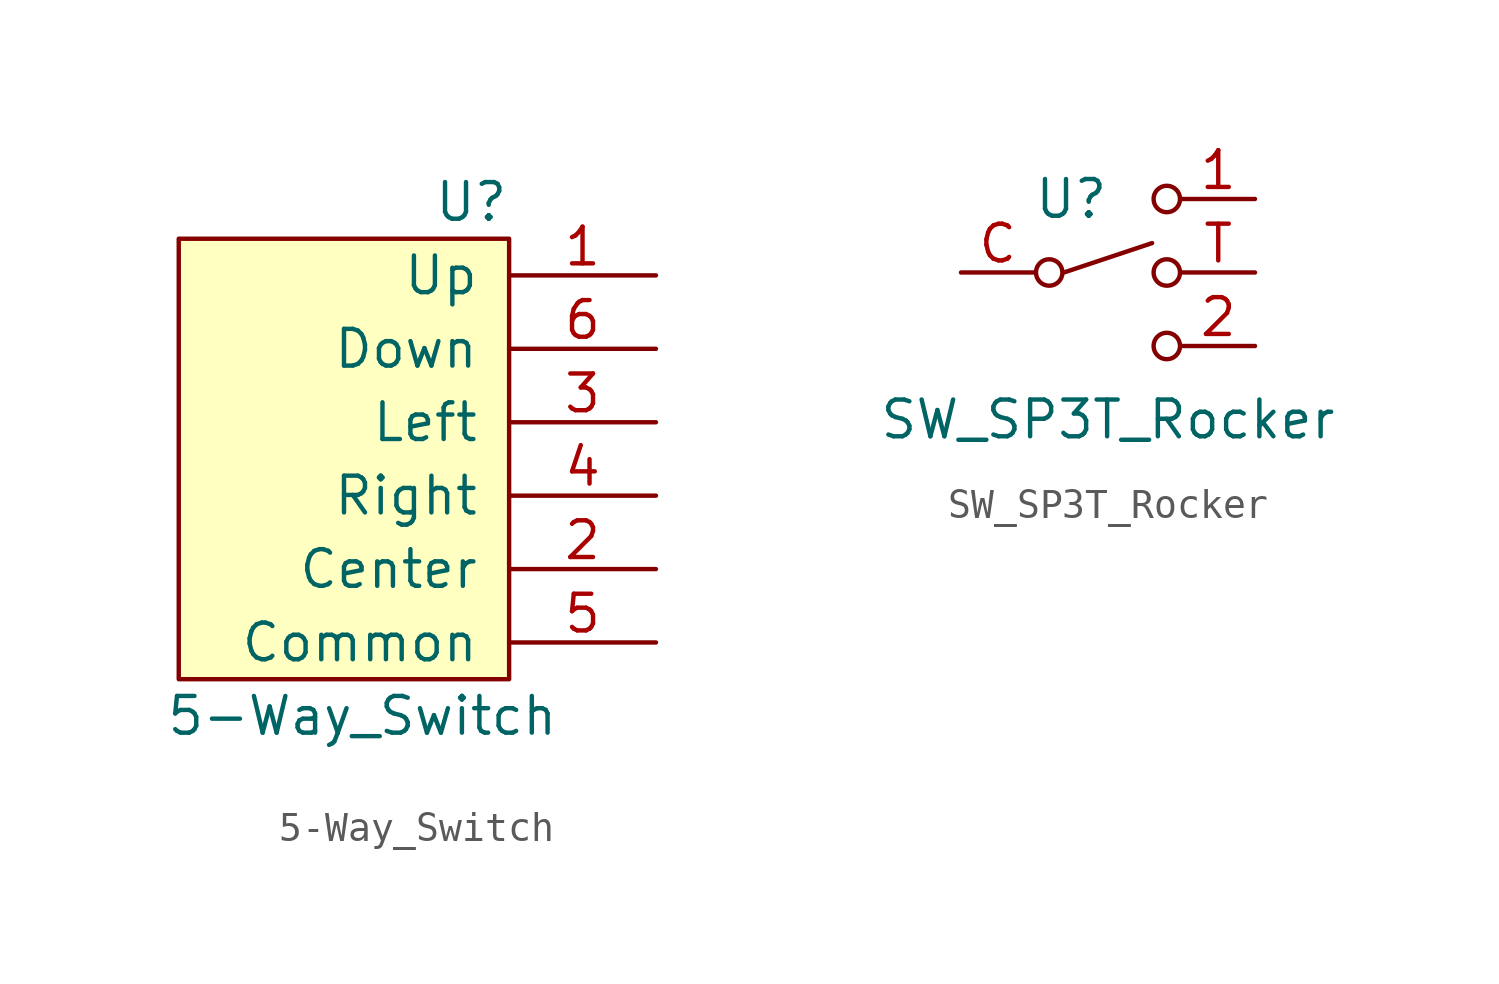
<source format=kicad_sym>
(kicad_symbol_lib
  (version 20211014)
  (generator kicad_symbol_editor)
  (symbol "5-Way_Switch"
    (pin_names
      (offset 1.016))
    (property "Reference" "U"
      (at 5.08 10.16 0)
      (effects (font (size 1.27 1.27)) (justify right)))
    (property "Value" "5-Way_Switch"
      (at 0 -7.62 0)
      (effects (font (size 1.27 1.27))))
    (symbol "5-Way_Switch_0_1"
      (rectangle (start 5.08 8.89) (end -6.35 -6.35) (stroke (width 0) (type default) (color 0 0 0 0)) (fill (type background))))
    (symbol "5-Way_Switch_1_1"
      (pin output line (at 10.16 7.62 180) (length 5.08) (name "Up" (effects (font (size 1.27 1.27)))) (number "1" (effects (font (size 1.27 1.27)))))
      (pin output line (at 10.16 -2.54 180) (length 5.08) (name "Center" (effects (font (size 1.27 1.27)))) (number "2" (effects (font (size 1.27 1.27)))))
      (pin output line (at 10.16 2.54 180) (length 5.08) (name "Left" (effects (font (size 1.27 1.27)))) (number "3" (effects (font (size 1.27 1.27)))))
      (pin output line (at 10.16 0 180) (length 5.08) (name "Right" (effects (font (size 1.27 1.27)))) (number "4" (effects (font (size 1.27 1.27)))))
      (pin input line (at 10.16 -5.08 180) (length 5.08) (name "Common" (effects (font (size 1.27 1.27)))) (number "5" (effects (font (size 1.27 1.27)))))
      (pin output line (at 10.16 5.08 180) (length 5.08) (name "Down" (effects (font (size 1.27 1.27)))) (number "6" (effects (font (size 1.27 1.27)))))
      (pin input line (at 10.16 -5.08 180) (length 5.08) hide (name "SHIELD" (effects (font (size 1.27 1.27)))) (number "SHIELD" (effects (font (size 1.27 1.27)))))))
  (symbol "SW_SP3T_Rocker"
    (pin_names hide)
    (property "Reference" "U"
      (at -1.27 2.54 0)
      (effects (font (size 1.27 1.27))))
    (property "Value" "SW_SP3T_Rocker"
      (at 0 -5.08 0)
      (effects (font (size 1.27 1.27))))
    (symbol "SW_SP3T_Rocker_0_1"
      (circle (center -2.032 0) (radius 0.457) (stroke (width 0) (type default) (color 0 0 0 0)) (fill (type none)))
      (polyline (pts (xy -1.524 0) (xy 1.524 1.016)) (stroke (width 0) (type default) (color 0 0 0 0)) (fill (type none)))
      (circle (center 2.032 -2.54) (radius 0.457) (stroke (width 0) (type default) (color 0 0 0 0)) (fill (type none)))
      (circle (center 2.032 0) (radius 0.457) (stroke (width 0) (type default) (color 0 0 0 0)) (fill (type none)))
      (circle (center 2.032 2.54) (radius 0.457) (stroke (width 0) (type default) (color 0 0 0 0)) (fill (type none))))
    (symbol "SW_SP3T_Rocker_1_1"
      (pin passive line (at 5.08 2.54 180) (length 2.54) (name "1" (effects (font (size 1.27 1.27)))) (number "1" (effects (font (size 1.27 1.27)))))
      (pin passive line (at 5.08 -2.54 180) (length 2.54) (name "2" (effects (font (size 1.27 1.27)))) (number "2" (effects (font (size 1.27 1.27)))))
      (pin passive line (at -5.08 0 0) (length 2.54) (name "C" (effects (font (size 1.27 1.27)))) (number "C" (effects (font (size 1.27 1.27)))))
      (pin no_connect line (at -5.08 -2.54 0) (length 2.54) hide (name "G" (effects (font (size 1.27 1.27)))) (number "G" (effects (font (size 1.27 1.27)))))
      (pin passive line (at 5.08 0 180) (length 2.54) (name "T" (effects (font (size 1.27 1.27)))) (number "T" (effects (font (size 1.27 1.27))))))))
</source>
